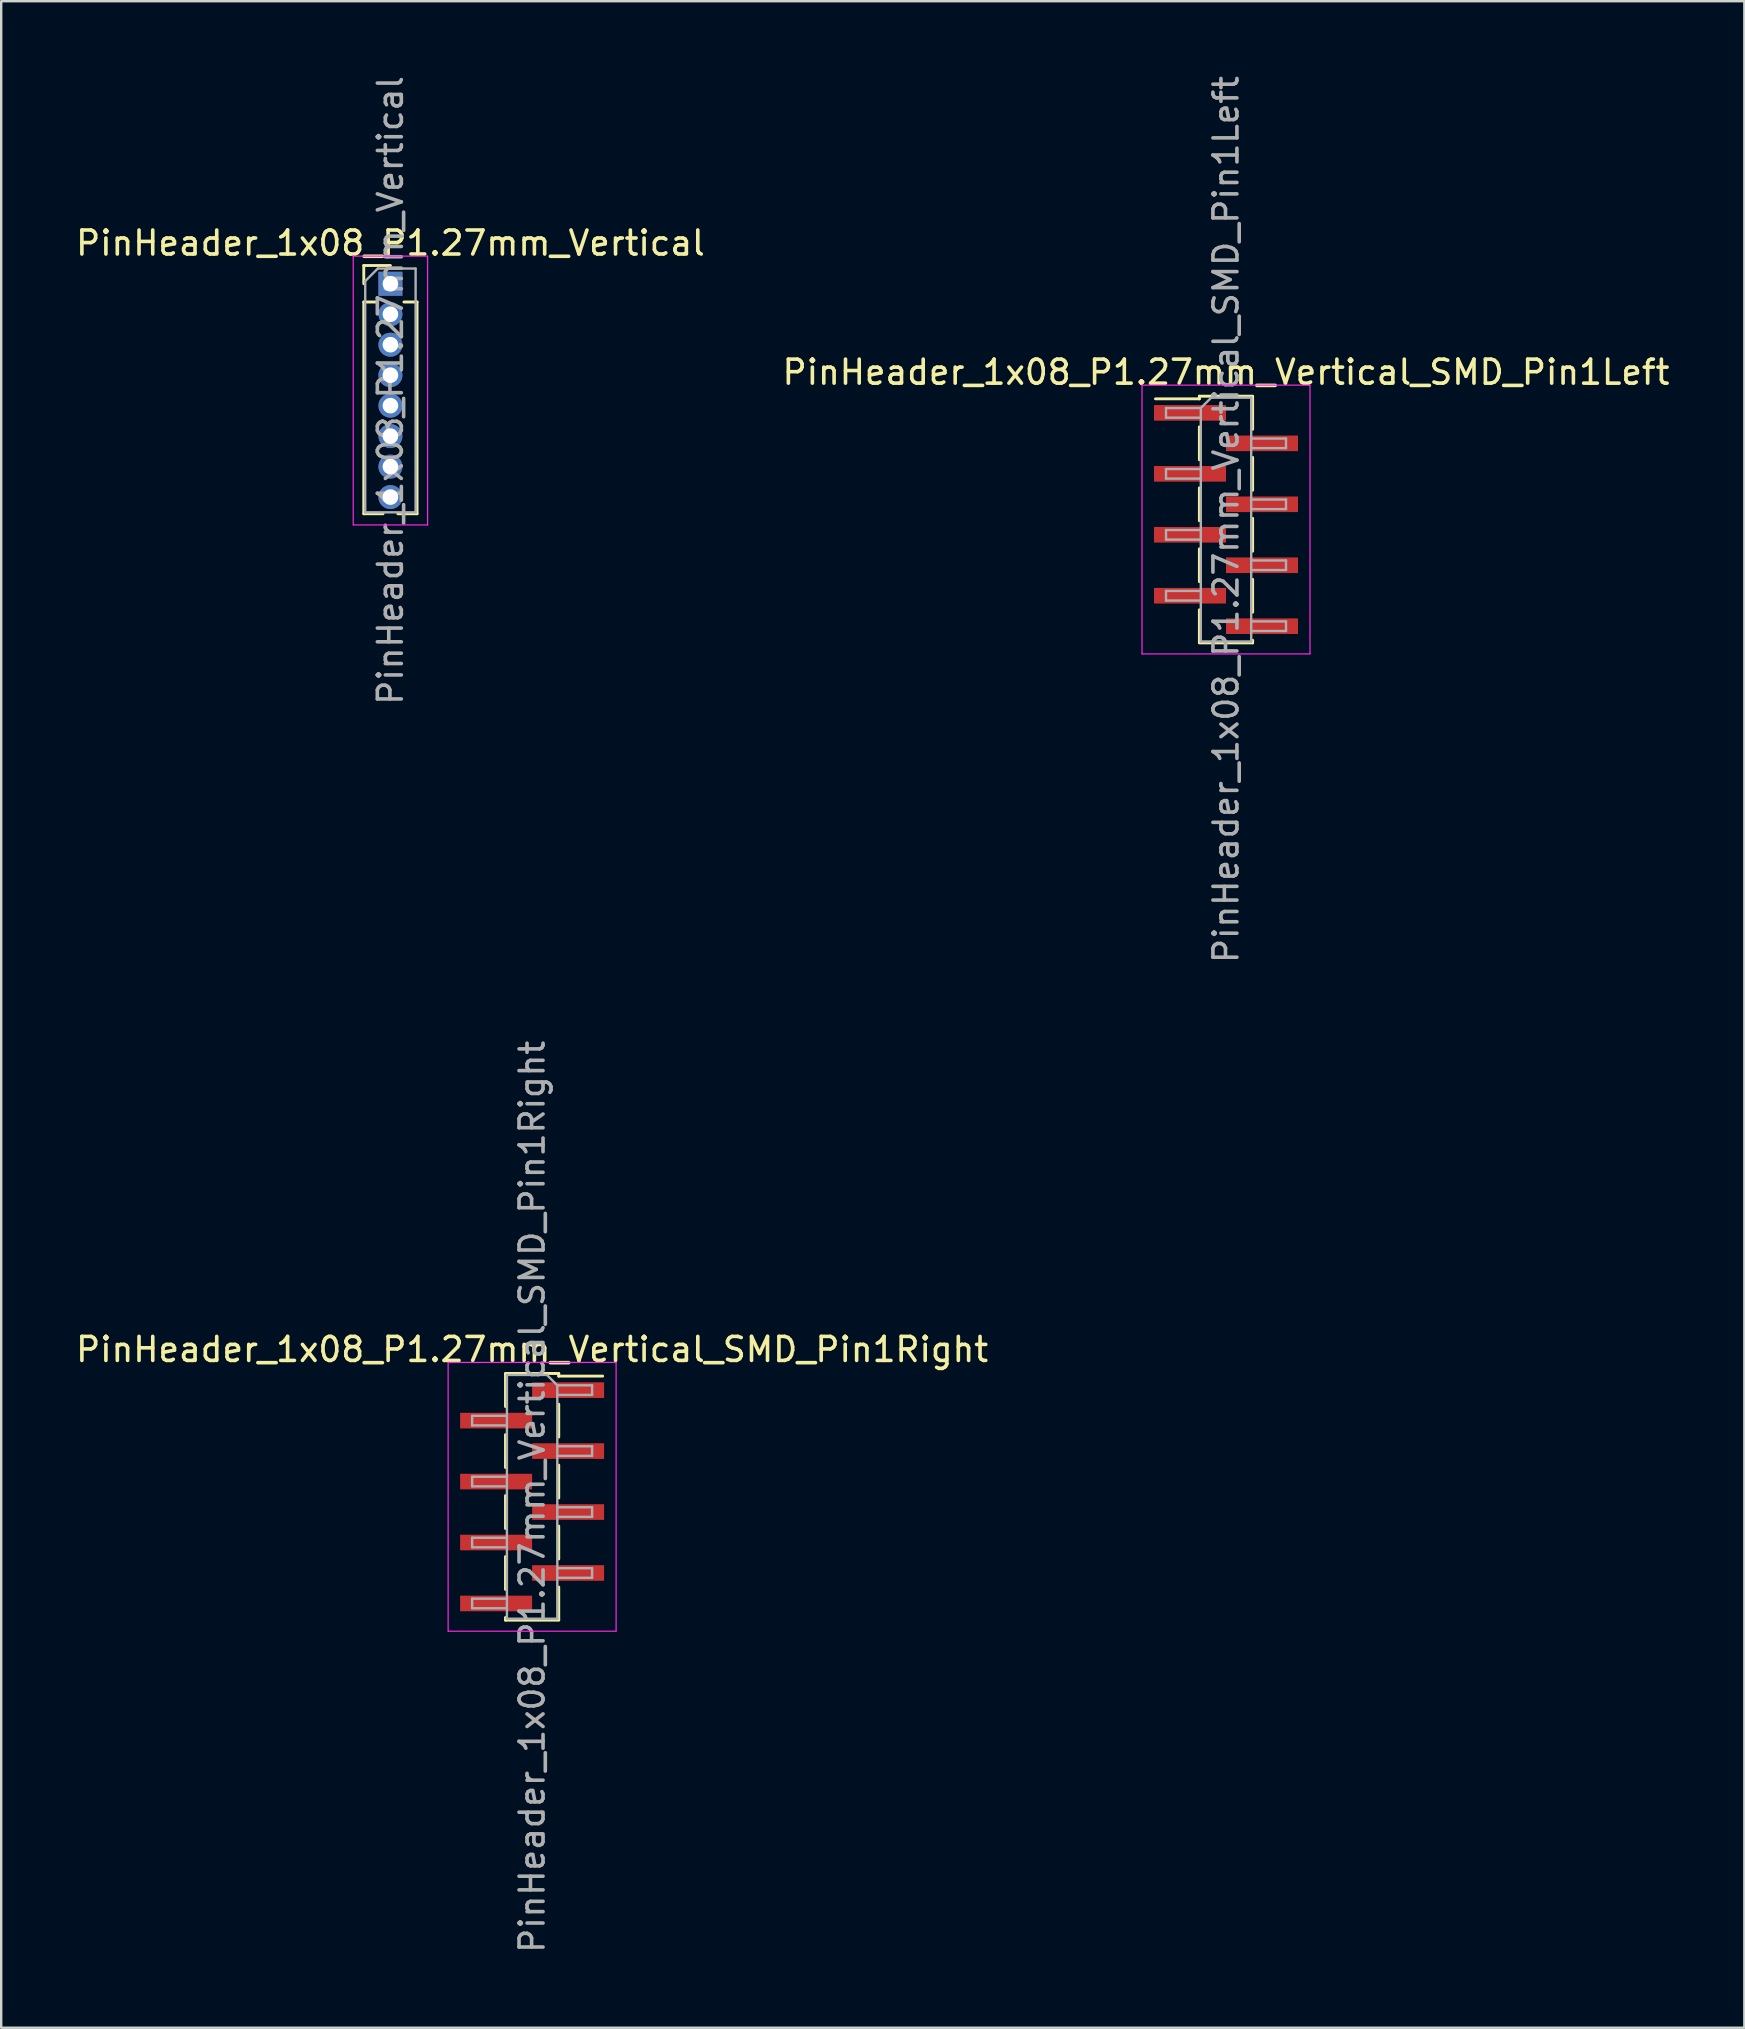
<source format=kicad_pcb>
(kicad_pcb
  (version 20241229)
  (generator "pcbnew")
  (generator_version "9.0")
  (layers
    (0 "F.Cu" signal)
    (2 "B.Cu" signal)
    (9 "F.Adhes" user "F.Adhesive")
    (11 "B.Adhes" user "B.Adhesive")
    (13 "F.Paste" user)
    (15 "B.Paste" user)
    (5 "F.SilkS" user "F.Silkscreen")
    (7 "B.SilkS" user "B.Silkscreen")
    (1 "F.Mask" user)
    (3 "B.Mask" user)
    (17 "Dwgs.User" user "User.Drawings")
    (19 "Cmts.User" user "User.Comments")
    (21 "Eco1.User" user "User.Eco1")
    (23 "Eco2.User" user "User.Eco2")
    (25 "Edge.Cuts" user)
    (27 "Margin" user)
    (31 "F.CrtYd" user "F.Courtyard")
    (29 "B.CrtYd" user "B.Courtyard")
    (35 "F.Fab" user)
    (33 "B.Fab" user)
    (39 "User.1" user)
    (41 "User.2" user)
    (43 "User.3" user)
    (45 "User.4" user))
  (footprint "PinHeader_1x08_P1.27mm_Vertical_SMD_Pin1Right"
    (layer "F.Cu")
    (at 19.125 59.327)
    (property "Reference" "PinHeader_1x08_P1.27mm_Vertical_SMD_Pin1Right" (at 0 -6.14 0) (layer "F.SilkS") (effects (font (size 1 1) (thickness 0.15))))
    (attr smd)
    (fp_line (start -1.11 -5.14) (end 1.11 -5.14) (stroke (width 0.12) (type solid)) (layer "F.SilkS"))
    (fp_line (start -1.11 -5.13) (end -1.11 -3.76) (stroke (width 0.12) (type solid)) (layer "F.SilkS"))
    (fp_line (start -1.11 -2.59) (end -1.11 -1.22) (stroke (width 0.12) (type solid)) (layer "F.SilkS"))
    (fp_line (start -1.11 -0.05) (end -1.11 1.32) (stroke (width 0.12) (type solid)) (layer "F.SilkS"))
    (fp_line (start -1.11 2.49) (end -1.11 3.86) (stroke (width 0.12) (type solid)) (layer "F.SilkS"))
    (fp_line (start -1.11 5.03) (end -1.11 5.14) (stroke (width 0.12) (type solid)) (layer "F.SilkS"))
    (fp_line (start -1.11 5.14) (end 1.11 5.14) (stroke (width 0.12) (type solid)) (layer "F.SilkS"))
    (fp_line (start 1.11 -5.14) (end 1.11 -5.03) (stroke (width 0.12) (type solid)) (layer "F.SilkS"))
    (fp_line (start 1.11 -5.03) (end 2.94 -5.03) (stroke (width 0.12) (type solid)) (layer "F.SilkS"))
    (fp_line (start 1.11 -3.86) (end 1.11 -2.49) (stroke (width 0.12) (type solid)) (layer "F.SilkS"))
    (fp_line (start 1.11 -1.32) (end 1.11 0.05) (stroke (width 0.12) (type solid)) (layer "F.SilkS"))
    (fp_line (start 1.11 1.22) (end 1.11 2.59) (stroke (width 0.12) (type solid)) (layer "F.SilkS"))
    (fp_line (start 1.11 3.76) (end 1.11 5.13) (stroke (width 0.12) (type solid)) (layer "F.SilkS"))
    (fp_line (start -3.5 -5.6) (end -3.5 5.6) (stroke (width 0.05) (type solid)) (layer "F.CrtYd"))
    (fp_line (start -3.5 5.6) (end 3.5 5.6) (stroke (width 0.05) (type solid)) (layer "F.CrtYd"))
    (fp_line (start 3.5 -5.6) (end -3.5 -5.6) (stroke (width 0.05) (type solid)) (layer "F.CrtYd"))
    (fp_line (start 3.5 5.6) (end 3.5 -5.6) (stroke (width 0.05) (type solid)) (layer "F.CrtYd"))
    (fp_line (start -2.5 -3.375) (end -2.5 -2.975) (stroke (width 0.1) (type solid)) (layer "F.Fab"))
    (fp_line (start -2.5 -2.975) (end -1.05 -2.975) (stroke (width 0.1) (type solid)) (layer "F.Fab"))
    (fp_line (start -2.5 -0.835) (end -2.5 -0.435) (stroke (width 0.1) (type solid)) (layer "F.Fab"))
    (fp_line (start -2.5 -0.435) (end -1.05 -0.435) (stroke (width 0.1) (type solid)) (layer "F.Fab"))
    (fp_line (start -2.5 1.705) (end -2.5 2.105) (stroke (width 0.1) (type solid)) (layer "F.Fab"))
    (fp_line (start -2.5 2.105) (end -1.05 2.105) (stroke (width 0.1) (type solid)) (layer "F.Fab"))
    (fp_line (start -2.5 4.245) (end -2.5 4.645) (stroke (width 0.1) (type solid)) (layer "F.Fab"))
    (fp_line (start -2.5 4.645) (end -1.05 4.645) (stroke (width 0.1) (type solid)) (layer "F.Fab"))
    (fp_line (start -1.05 -5.08) (end -1.05 5.08) (stroke (width 0.1) (type solid)) (layer "F.Fab"))
    (fp_line (start -1.05 -5.08) (end 0.615 -5.08) (stroke (width 0.1) (type solid)) (layer "F.Fab"))
    (fp_line (start -1.05 -3.375) (end -2.5 -3.375) (stroke (width 0.1) (type solid)) (layer "F.Fab"))
    (fp_line (start -1.05 -0.835) (end -2.5 -0.835) (stroke (width 0.1) (type solid)) (layer "F.Fab"))
    (fp_line (start -1.05 1.705) (end -2.5 1.705) (stroke (width 0.1) (type solid)) (layer "F.Fab"))
    (fp_line (start -1.05 4.245) (end -2.5 4.245) (stroke (width 0.1) (type solid)) (layer "F.Fab"))
    (fp_line (start 1.05 -4.645) (end 0.615 -5.08) (stroke (width 0.1) (type solid)) (layer "F.Fab"))
    (fp_line (start 1.05 -4.645) (end 2.5 -4.645) (stroke (width 0.1) (type solid)) (layer "F.Fab"))
    (fp_line (start 1.05 -2.105) (end 2.5 -2.105) (stroke (width 0.1) (type solid)) (layer "F.Fab"))
    (fp_line (start 1.05 0.435) (end 2.5 0.435) (stroke (width 0.1) (type solid)) (layer "F.Fab"))
    (fp_line (start 1.05 2.975) (end 2.5 2.975) (stroke (width 0.1) (type solid)) (layer "F.Fab"))
    (fp_line (start 1.05 5.08) (end -1.05 5.08) (stroke (width 0.1) (type solid)) (layer "F.Fab"))
    (fp_line (start 1.05 5.08) (end 1.05 -4.645) (stroke (width 0.1) (type solid)) (layer "F.Fab"))
    (fp_line (start 2.5 -4.645) (end 2.5 -4.245) (stroke (width 0.1) (type solid)) (layer "F.Fab"))
    (fp_line (start 2.5 -4.245) (end 1.05 -4.245) (stroke (width 0.1) (type solid)) (layer "F.Fab"))
    (fp_line (start 2.5 -2.105) (end 2.5 -1.705) (stroke (width 0.1) (type solid)) (layer "F.Fab"))
    (fp_line (start 2.5 -1.705) (end 1.05 -1.705) (stroke (width 0.1) (type solid)) (layer "F.Fab"))
    (fp_line (start 2.5 0.435) (end 2.5 0.835) (stroke (width 0.1) (type solid)) (layer "F.Fab"))
    (fp_line (start 2.5 0.835) (end 1.05 0.835) (stroke (width 0.1) (type solid)) (layer "F.Fab"))
    (fp_line (start 2.5 2.975) (end 2.5 3.375) (stroke (width 0.1) (type solid)) (layer "F.Fab"))
    (fp_line (start 2.5 3.375) (end 1.05 3.375) (stroke (width 0.1) (type solid)) (layer "F.Fab"))
    (fp_text user "${REFERENCE}" (at 0 0 90) (layer "F.Fab") (effects (font (size 1 1) (thickness 0.15))))
    (pad "1" smd rect (at 1.5 -4.445) (size 3 0.65) (layers "F.Cu" "F.Mask" "F.Paste"))
    (pad "2" smd rect (at -1.5 -3.175) (size 3 0.65) (layers "F.Cu" "F.Mask" "F.Paste"))
    (pad "3" smd rect (at 1.5 -1.905) (size 3 0.65) (layers "F.Cu" "F.Mask" "F.Paste"))
    (pad "4" smd rect (at -1.5 -0.635) (size 3 0.65) (layers "F.Cu" "F.Mask" "F.Paste"))
    (pad "5" smd rect (at 1.5 0.635) (size 3 0.65) (layers "F.Cu" "F.Mask" "F.Paste"))
    (pad "6" smd rect (at -1.5 1.905) (size 3 0.65) (layers "F.Cu" "F.Mask" "F.Paste"))
    (pad "7" smd rect (at 1.5 3.175) (size 3 0.65) (layers "F.Cu" "F.Mask" "F.Paste"))
    (pad "8" smd rect (at -1.5 4.445) (size 3 0.65) (layers "F.Cu" "F.Mask" "F.Paste")))
  (footprint "PinHeader_1x08_P1.27mm_Vertical"
    (layer "F.Cu")
    (at 13.22 8.775)
    (property "Reference" "PinHeader_1x08_P1.27mm_Vertical" (at 0 -1.695 0) (layer "F.SilkS") (effects (font (size 1 1) (thickness 0.15))))
    (attr through_hole)
    (fp_line (start -1.11 -0.76) (end 0 -0.76) (stroke (width 0.12) (type solid)) (layer "F.SilkS"))
    (fp_line (start -1.11 0) (end -1.11 -0.76) (stroke (width 0.12) (type solid)) (layer "F.SilkS"))
    (fp_line (start -1.11 0.76) (end -1.11 9.585) (stroke (width 0.12) (type solid)) (layer "F.SilkS"))
    (fp_line (start -1.11 0.76) (end -0.563 0.76) (stroke (width 0.12) (type solid)) (layer "F.SilkS"))
    (fp_line (start -1.11 9.585) (end -0.308 9.585) (stroke (width 0.12) (type solid)) (layer "F.SilkS"))
    (fp_line (start 0.308 9.585) (end 1.11 9.585) (stroke (width 0.12) (type solid)) (layer "F.SilkS"))
    (fp_line (start 0.563 0.76) (end 1.11 0.76) (stroke (width 0.12) (type solid)) (layer "F.SilkS"))
    (fp_line (start 1.11 0.76) (end 1.11 9.585) (stroke (width 0.12) (type solid)) (layer "F.SilkS"))
    (fp_line (start -1.55 -1.15) (end -1.55 10.05) (stroke (width 0.05) (type solid)) (layer "F.CrtYd"))
    (fp_line (start -1.55 10.05) (end 1.55 10.05) (stroke (width 0.05) (type solid)) (layer "F.CrtYd"))
    (fp_line (start 1.55 -1.15) (end -1.55 -1.15) (stroke (width 0.05) (type solid)) (layer "F.CrtYd"))
    (fp_line (start 1.55 10.05) (end 1.55 -1.15) (stroke (width 0.05) (type solid)) (layer "F.CrtYd"))
    (fp_line (start -1.05 -0.11) (end -0.525 -0.635) (stroke (width 0.1) (type solid)) (layer "F.Fab"))
    (fp_line (start -1.05 9.525) (end -1.05 -0.11) (stroke (width 0.1) (type solid)) (layer "F.Fab"))
    (fp_line (start -0.525 -0.635) (end 1.05 -0.635) (stroke (width 0.1) (type solid)) (layer "F.Fab"))
    (fp_line (start 1.05 -0.635) (end 1.05 9.525) (stroke (width 0.1) (type solid)) (layer "F.Fab"))
    (fp_line (start 1.05 9.525) (end -1.05 9.525) (stroke (width 0.1) (type solid)) (layer "F.Fab"))
    (fp_text user "${REFERENCE}" (at 0 4.445 90) (layer "F.Fab") (effects (font (size 1 1) (thickness 0.15))))
    (pad "1" thru_hole rect (at 0 0) (size 1 1) (drill 0.65) (layers "*.Cu" "*.Mask"))
    (pad "2" thru_hole oval (at 0 1.27) (size 1 1) (drill 0.65) (layers "*.Cu" "*.Mask"))
    (pad "3" thru_hole oval (at 0 2.54) (size 1 1) (drill 0.65) (layers "*.Cu" "*.Mask"))
    (pad "4" thru_hole oval (at 0 3.81) (size 1 1) (drill 0.65) (layers "*.Cu" "*.Mask"))
    (pad "5" thru_hole oval (at 0 5.08) (size 1 1) (drill 0.65) (layers "*.Cu" "*.Mask"))
    (pad "6" thru_hole oval (at 0 6.35) (size 1 1) (drill 0.65) (layers "*.Cu" "*.Mask"))
    (pad "7" thru_hole oval (at 0 7.62) (size 1 1) (drill 0.65) (layers "*.Cu" "*.Mask"))
    (pad "8" thru_hole oval (at 0 8.89) (size 1 1) (drill 0.65) (layers "*.Cu" "*.Mask")))
  (footprint "PinHeader_1x08_P1.27mm_Vertical_SMD_Pin1Left"
    (layer "F.Cu")
    (at 48.042 18.601)
    (property "Reference" "PinHeader_1x08_P1.27mm_Vertical_SMD_Pin1Left" (at 0 -6.14 0) (layer "F.SilkS") (effects (font (size 1 1) (thickness 0.15))))
    (attr smd)
    (fp_line (start -1.11 -5.14) (end -1.11 -5.03) (stroke (width 0.12) (type solid)) (layer "F.SilkS"))
    (fp_line (start -1.11 -5.14) (end 1.11 -5.14) (stroke (width 0.12) (type solid)) (layer "F.SilkS"))
    (fp_line (start -1.11 -5.03) (end -2.94 -5.03) (stroke (width 0.12) (type solid)) (layer "F.SilkS"))
    (fp_line (start -1.11 -3.86) (end -1.11 -2.49) (stroke (width 0.12) (type solid)) (layer "F.SilkS"))
    (fp_line (start -1.11 -1.32) (end -1.11 0.05) (stroke (width 0.12) (type solid)) (layer "F.SilkS"))
    (fp_line (start -1.11 1.22) (end -1.11 2.59) (stroke (width 0.12) (type solid)) (layer "F.SilkS"))
    (fp_line (start -1.11 3.76) (end -1.11 5.13) (stroke (width 0.12) (type solid)) (layer "F.SilkS"))
    (fp_line (start -1.11 5.14) (end 1.11 5.14) (stroke (width 0.12) (type solid)) (layer "F.SilkS"))
    (fp_line (start 1.11 -5.13) (end 1.11 -3.76) (stroke (width 0.12) (type solid)) (layer "F.SilkS"))
    (fp_line (start 1.11 -2.59) (end 1.11 -1.22) (stroke (width 0.12) (type solid)) (layer "F.SilkS"))
    (fp_line (start 1.11 -0.05) (end 1.11 1.32) (stroke (width 0.12) (type solid)) (layer "F.SilkS"))
    (fp_line (start 1.11 2.49) (end 1.11 3.86) (stroke (width 0.12) (type solid)) (layer "F.SilkS"))
    (fp_line (start 1.11 5.03) (end 1.11 5.14) (stroke (width 0.12) (type solid)) (layer "F.SilkS"))
    (fp_line (start -3.5 -5.6) (end -3.5 5.6) (stroke (width 0.05) (type solid)) (layer "F.CrtYd"))
    (fp_line (start -3.5 5.6) (end 3.5 5.6) (stroke (width 0.05) (type solid)) (layer "F.CrtYd"))
    (fp_line (start 3.5 -5.6) (end -3.5 -5.6) (stroke (width 0.05) (type solid)) (layer "F.CrtYd"))
    (fp_line (start 3.5 5.6) (end 3.5 -5.6) (stroke (width 0.05) (type solid)) (layer "F.CrtYd"))
    (fp_line (start -2.5 -4.645) (end -2.5 -4.245) (stroke (width 0.1) (type solid)) (layer "F.Fab"))
    (fp_line (start -2.5 -4.245) (end -1.05 -4.245) (stroke (width 0.1) (type solid)) (layer "F.Fab"))
    (fp_line (start -2.5 -2.105) (end -2.5 -1.705) (stroke (width 0.1) (type solid)) (layer "F.Fab"))
    (fp_line (start -2.5 -1.705) (end -1.05 -1.705) (stroke (width 0.1) (type solid)) (layer "F.Fab"))
    (fp_line (start -2.5 0.435) (end -2.5 0.835) (stroke (width 0.1) (type solid)) (layer "F.Fab"))
    (fp_line (start -2.5 0.835) (end -1.05 0.835) (stroke (width 0.1) (type solid)) (layer "F.Fab"))
    (fp_line (start -2.5 2.975) (end -2.5 3.375) (stroke (width 0.1) (type solid)) (layer "F.Fab"))
    (fp_line (start -2.5 3.375) (end -1.05 3.375) (stroke (width 0.1) (type solid)) (layer "F.Fab"))
    (fp_line (start -1.05 -4.645) (end -2.5 -4.645) (stroke (width 0.1) (type solid)) (layer "F.Fab"))
    (fp_line (start -1.05 -4.645) (end -0.615 -5.08) (stroke (width 0.1) (type solid)) (layer "F.Fab"))
    (fp_line (start -1.05 -2.105) (end -2.5 -2.105) (stroke (width 0.1) (type solid)) (layer "F.Fab"))
    (fp_line (start -1.05 0.435) (end -2.5 0.435) (stroke (width 0.1) (type solid)) (layer "F.Fab"))
    (fp_line (start -1.05 2.975) (end -2.5 2.975) (stroke (width 0.1) (type solid)) (layer "F.Fab"))
    (fp_line (start -1.05 5.08) (end -1.05 -4.645) (stroke (width 0.1) (type solid)) (layer "F.Fab"))
    (fp_line (start -0.615 -5.08) (end 1.05 -5.08) (stroke (width 0.1) (type solid)) (layer "F.Fab"))
    (fp_line (start 1.05 -5.08) (end 1.05 5.08) (stroke (width 0.1) (type solid)) (layer "F.Fab"))
    (fp_line (start 1.05 -3.375) (end 2.5 -3.375) (stroke (width 0.1) (type solid)) (layer "F.Fab"))
    (fp_line (start 1.05 -0.835) (end 2.5 -0.835) (stroke (width 0.1) (type solid)) (layer "F.Fab"))
    (fp_line (start 1.05 1.705) (end 2.5 1.705) (stroke (width 0.1) (type solid)) (layer "F.Fab"))
    (fp_line (start 1.05 4.245) (end 2.5 4.245) (stroke (width 0.1) (type solid)) (layer "F.Fab"))
    (fp_line (start 1.05 5.08) (end -1.05 5.08) (stroke (width 0.1) (type solid)) (layer "F.Fab"))
    (fp_line (start 2.5 -3.375) (end 2.5 -2.975) (stroke (width 0.1) (type solid)) (layer "F.Fab"))
    (fp_line (start 2.5 -2.975) (end 1.05 -2.975) (stroke (width 0.1) (type solid)) (layer "F.Fab"))
    (fp_line (start 2.5 -0.835) (end 2.5 -0.435) (stroke (width 0.1) (type solid)) (layer "F.Fab"))
    (fp_line (start 2.5 -0.435) (end 1.05 -0.435) (stroke (width 0.1) (type solid)) (layer "F.Fab"))
    (fp_line (start 2.5 1.705) (end 2.5 2.105) (stroke (width 0.1) (type solid)) (layer "F.Fab"))
    (fp_line (start 2.5 2.105) (end 1.05 2.105) (stroke (width 0.1) (type solid)) (layer "F.Fab"))
    (fp_line (start 2.5 4.245) (end 2.5 4.645) (stroke (width 0.1) (type solid)) (layer "F.Fab"))
    (fp_line (start 2.5 4.645) (end 1.05 4.645) (stroke (width 0.1) (type solid)) (layer "F.Fab"))
    (fp_text user "${REFERENCE}" (at 0 0 90) (layer "F.Fab") (effects (font (size 1 1) (thickness 0.15))))
    (pad "1" smd rect (at -1.5 -4.445) (size 3 0.65) (layers "F.Cu" "F.Mask" "F.Paste"))
    (pad "2" smd rect (at 1.5 -3.175) (size 3 0.65) (layers "F.Cu" "F.Mask" "F.Paste"))
    (pad "3" smd rect (at -1.5 -1.905) (size 3 0.65) (layers "F.Cu" "F.Mask" "F.Paste"))
    (pad "4" smd rect (at 1.5 -0.635) (size 3 0.65) (layers "F.Cu" "F.Mask" "F.Paste"))
    (pad "5" smd rect (at -1.5 0.635) (size 3 0.65) (layers "F.Cu" "F.Mask" "F.Paste"))
    (pad "6" smd rect (at 1.5 1.905) (size 3 0.65) (layers "F.Cu" "F.Mask" "F.Paste"))
    (pad "7" smd rect (at -1.5 3.175) (size 3 0.65) (layers "F.Cu" "F.Mask" "F.Paste"))
    (pad "8" smd rect (at 1.5 4.445) (size 3 0.65) (layers "F.Cu" "F.Mask" "F.Paste")))
  (gr_rect
    (start -3 -3)
    (end 69.643 81.452)
    (stroke (width 0.1) (type default))
    (fill no)
    (layer "Edge.Cuts")))
</source>
